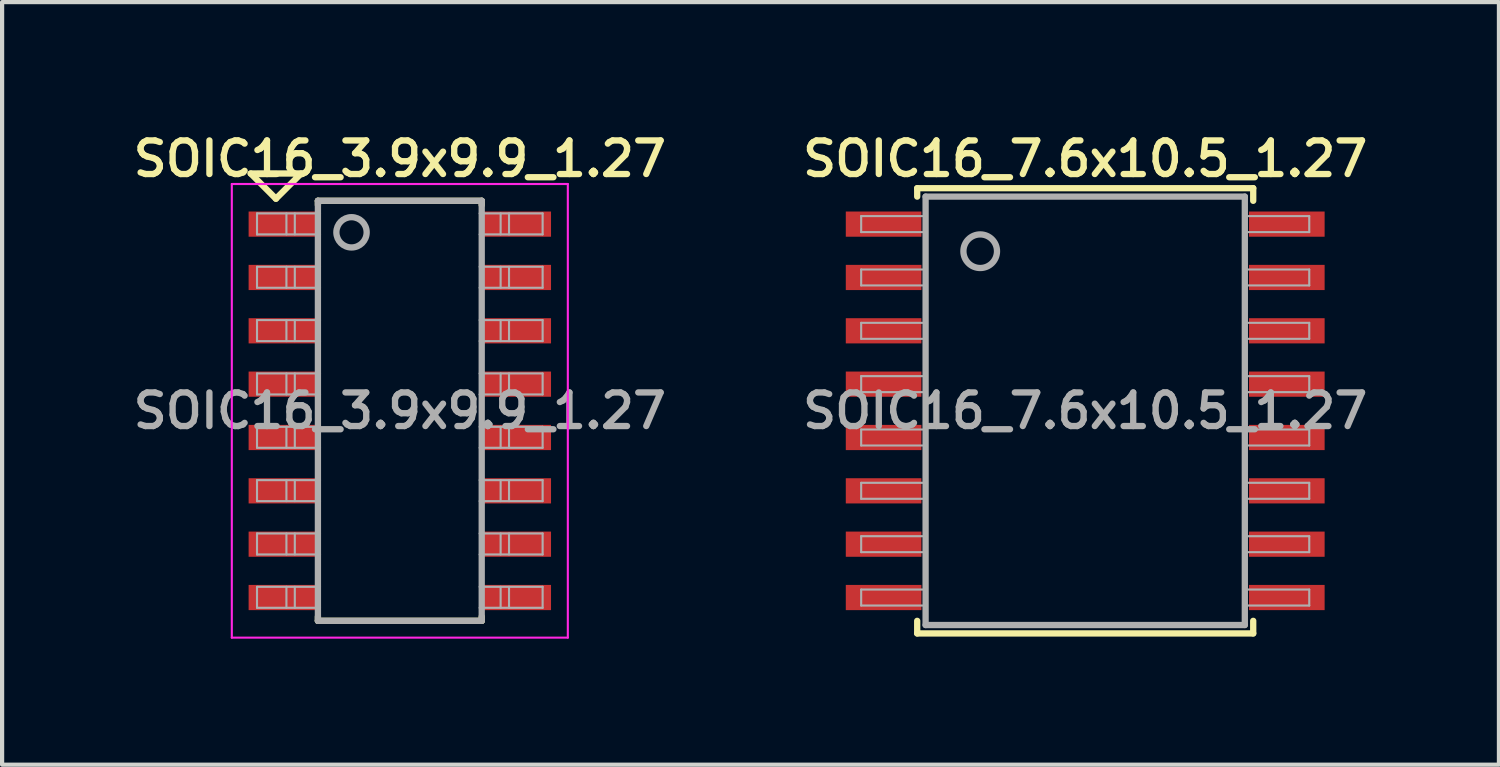
<source format=kicad_pcb>
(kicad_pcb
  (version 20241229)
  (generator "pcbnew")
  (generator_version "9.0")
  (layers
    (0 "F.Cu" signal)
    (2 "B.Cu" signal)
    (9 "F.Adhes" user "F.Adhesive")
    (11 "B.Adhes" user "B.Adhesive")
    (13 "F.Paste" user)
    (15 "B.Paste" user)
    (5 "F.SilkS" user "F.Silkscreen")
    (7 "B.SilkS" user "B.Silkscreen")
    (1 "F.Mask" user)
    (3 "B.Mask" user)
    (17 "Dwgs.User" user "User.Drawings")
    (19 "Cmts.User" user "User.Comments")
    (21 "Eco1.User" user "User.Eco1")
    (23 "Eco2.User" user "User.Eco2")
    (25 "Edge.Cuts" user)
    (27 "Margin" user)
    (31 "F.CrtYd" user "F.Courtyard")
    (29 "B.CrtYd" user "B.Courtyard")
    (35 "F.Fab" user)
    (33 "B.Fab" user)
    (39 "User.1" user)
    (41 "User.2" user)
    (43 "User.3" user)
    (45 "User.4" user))
  (footprint "SOIC16_3.9x9.9_1.27"
    (layer "F.Cu")
    (at 6.469 6.731)
    (property "Reference" "SOIC16_3.9x9.9_1.27" (at 0 -6 0) (layer "F.SilkS") (effects (font (size 0.8 0.8) (thickness 0.15))))
    (attr smd)
    (fp_line (start -3.55 -5.65) (end -2.35 -5.65) (stroke (width 0.15) (type solid)) (layer "F.SilkS"))
    (fp_line (start -2.95 -5.05) (end -3.55 -5.65) (stroke (width 0.15) (type solid)) (layer "F.SilkS"))
    (fp_line (start -2.95 -5.05) (end -2.35 -5.65) (stroke (width 0.15) (type solid)) (layer "F.SilkS"))
    (fp_line (start -1.95 -5) (end -1.95 -4.9) (stroke (width 0.15) (type solid)) (layer "F.SilkS"))
    (fp_line (start -1.95 -5) (end 1.95 -5) (stroke (width 0.15) (type solid)) (layer "F.SilkS"))
    (fp_line (start -1.95 4.9) (end -1.95 5) (stroke (width 0.15) (type solid)) (layer "F.SilkS"))
    (fp_line (start -1.95 5) (end 1.95 5) (stroke (width 0.15) (type solid)) (layer "F.SilkS"))
    (fp_line (start 1.95 -5) (end 1.95 -4.9) (stroke (width 0.15) (type solid)) (layer "F.SilkS"))
    (fp_line (start 1.95 5) (end 1.95 4.9) (stroke (width 0.15) (type solid)) (layer "F.SilkS"))
    (fp_line (start -4 -5.4) (end 4 -5.4) (stroke (width 0.05) (type solid)) (layer "F.CrtYd"))
    (fp_line (start -4 5.4) (end -4 -5.4) (stroke (width 0.05) (type solid)) (layer "F.CrtYd"))
    (fp_line (start 4 -5.4) (end 4 5.4) (stroke (width 0.05) (type solid)) (layer "F.CrtYd"))
    (fp_line (start 4 5.4) (end -4 5.4) (stroke (width 0.05) (type solid)) (layer "F.CrtYd"))
    (fp_line (start -3.4 -4.7) (end -3.4 -4.2) (stroke (width 0.05) (type solid)) (layer "F.Fab"))
    (fp_line (start -3.4 -4.2) (end -1.9 -4.2) (stroke (width 0.05) (type solid)) (layer "F.Fab"))
    (fp_line (start -3.4 -3.43) (end -3.4 -2.93) (stroke (width 0.05) (type solid)) (layer "F.Fab"))
    (fp_line (start -3.4 -2.93) (end -1.9 -2.93) (stroke (width 0.05) (type solid)) (layer "F.Fab"))
    (fp_line (start -3.4 -2.16) (end -3.4 -1.66) (stroke (width 0.05) (type solid)) (layer "F.Fab"))
    (fp_line (start -3.4 -1.66) (end -1.9 -1.66) (stroke (width 0.05) (type solid)) (layer "F.Fab"))
    (fp_line (start -3.4 -0.89) (end -3.4 -0.39) (stroke (width 0.05) (type solid)) (layer "F.Fab"))
    (fp_line (start -3.4 -0.39) (end -1.9 -0.39) (stroke (width 0.05) (type solid)) (layer "F.Fab"))
    (fp_line (start -3.4 0.38) (end -3.4 0.88) (stroke (width 0.05) (type solid)) (layer "F.Fab"))
    (fp_line (start -3.4 0.88) (end -1.9 0.88) (stroke (width 0.05) (type solid)) (layer "F.Fab"))
    (fp_line (start -3.4 1.65) (end -3.4 2.15) (stroke (width 0.05) (type solid)) (layer "F.Fab"))
    (fp_line (start -3.4 2.15) (end -1.9 2.15) (stroke (width 0.05) (type solid)) (layer "F.Fab"))
    (fp_line (start -3.4 2.92) (end -3.4 3.42) (stroke (width 0.05) (type solid)) (layer "F.Fab"))
    (fp_line (start -3.4 3.42) (end -1.9 3.42) (stroke (width 0.05) (type solid)) (layer "F.Fab"))
    (fp_line (start -3.4 4.19) (end -3.4 4.69) (stroke (width 0.05) (type solid)) (layer "F.Fab"))
    (fp_line (start -3.4 4.69) (end -1.9 4.69) (stroke (width 0.05) (type solid)) (layer "F.Fab"))
    (fp_line (start -2.7 -4.7) (end -2.7 -4.2) (stroke (width 0.05) (type solid)) (layer "F.Fab"))
    (fp_line (start -2.7 -3.43) (end -2.7 -2.93) (stroke (width 0.05) (type solid)) (layer "F.Fab"))
    (fp_line (start -2.7 -2.16) (end -2.7 -1.66) (stroke (width 0.05) (type solid)) (layer "F.Fab"))
    (fp_line (start -2.7 -0.89) (end -2.7 -0.39) (stroke (width 0.05) (type solid)) (layer "F.Fab"))
    (fp_line (start -2.7 0.38) (end -2.7 0.88) (stroke (width 0.05) (type solid)) (layer "F.Fab"))
    (fp_line (start -2.7 1.65) (end -2.7 2.15) (stroke (width 0.05) (type solid)) (layer "F.Fab"))
    (fp_line (start -2.7 2.92) (end -2.7 3.42) (stroke (width 0.05) (type solid)) (layer "F.Fab"))
    (fp_line (start -2.7 4.19) (end -2.7 4.69) (stroke (width 0.05) (type solid)) (layer "F.Fab"))
    (fp_line (start -2.5 -4.7) (end -2.5 -4.2) (stroke (width 0.05) (type solid)) (layer "F.Fab"))
    (fp_line (start -2.5 -3.43) (end -2.5 -2.93) (stroke (width 0.05) (type solid)) (layer "F.Fab"))
    (fp_line (start -2.5 -2.16) (end -2.5 -1.66) (stroke (width 0.05) (type solid)) (layer "F.Fab"))
    (fp_line (start -2.5 -0.89) (end -2.5 -0.39) (stroke (width 0.05) (type solid)) (layer "F.Fab"))
    (fp_line (start -2.5 0.38) (end -2.5 0.88) (stroke (width 0.05) (type solid)) (layer "F.Fab"))
    (fp_line (start -2.5 1.65) (end -2.5 2.15) (stroke (width 0.05) (type solid)) (layer "F.Fab"))
    (fp_line (start -2.5 2.92) (end -2.5 3.42) (stroke (width 0.05) (type solid)) (layer "F.Fab"))
    (fp_line (start -2.5 4.19) (end -2.5 4.69) (stroke (width 0.05) (type solid)) (layer "F.Fab"))
    (fp_line (start -1.95 -5) (end 1.95 -5) (stroke (width 0.15) (type solid)) (layer "F.Fab"))
    (fp_line (start -1.95 5) (end -1.95 -5) (stroke (width 0.15) (type solid)) (layer "F.Fab"))
    (fp_line (start -1.9 -4.7) (end -3.4 -4.7) (stroke (width 0.05) (type solid)) (layer "F.Fab"))
    (fp_line (start -1.9 -3.43) (end -3.4 -3.43) (stroke (width 0.05) (type solid)) (layer "F.Fab"))
    (fp_line (start -1.9 -2.16) (end -3.4 -2.16) (stroke (width 0.05) (type solid)) (layer "F.Fab"))
    (fp_line (start -1.9 -0.89) (end -3.4 -0.89) (stroke (width 0.05) (type solid)) (layer "F.Fab"))
    (fp_line (start -1.9 0.38) (end -3.4 0.38) (stroke (width 0.05) (type solid)) (layer "F.Fab"))
    (fp_line (start -1.9 1.65) (end -3.4 1.65) (stroke (width 0.05) (type solid)) (layer "F.Fab"))
    (fp_line (start -1.9 2.92) (end -3.4 2.92) (stroke (width 0.05) (type solid)) (layer "F.Fab"))
    (fp_line (start -1.9 4.19) (end -3.4 4.19) (stroke (width 0.05) (type solid)) (layer "F.Fab"))
    (fp_line (start 1.9 -4.2) (end 3.4 -4.2) (stroke (width 0.05) (type solid)) (layer "F.Fab"))
    (fp_line (start 1.9 -2.93) (end 3.4 -2.93) (stroke (width 0.05) (type solid)) (layer "F.Fab"))
    (fp_line (start 1.9 -1.66) (end 3.4 -1.66) (stroke (width 0.05) (type solid)) (layer "F.Fab"))
    (fp_line (start 1.9 -0.39) (end 3.4 -0.39) (stroke (width 0.05) (type solid)) (layer "F.Fab"))
    (fp_line (start 1.9 0.88) (end 3.4 0.88) (stroke (width 0.05) (type solid)) (layer "F.Fab"))
    (fp_line (start 1.9 2.15) (end 3.4 2.15) (stroke (width 0.05) (type solid)) (layer "F.Fab"))
    (fp_line (start 1.9 3.42) (end 3.4 3.42) (stroke (width 0.05) (type solid)) (layer "F.Fab"))
    (fp_line (start 1.9 4.69) (end 3.4 4.69) (stroke (width 0.05) (type solid)) (layer "F.Fab"))
    (fp_line (start 1.95 -5) (end 1.95 5) (stroke (width 0.15) (type solid)) (layer "F.Fab"))
    (fp_line (start 1.95 5) (end -1.95 5) (stroke (width 0.15) (type solid)) (layer "F.Fab"))
    (fp_line (start 2.4 -4.7) (end 2.4 -4.2) (stroke (width 0.05) (type solid)) (layer "F.Fab"))
    (fp_line (start 2.4 -3.43) (end 2.4 -2.93) (stroke (width 0.05) (type solid)) (layer "F.Fab"))
    (fp_line (start 2.4 -2.16) (end 2.4 -1.66) (stroke (width 0.05) (type solid)) (layer "F.Fab"))
    (fp_line (start 2.4 -0.89) (end 2.4 -0.39) (stroke (width 0.05) (type solid)) (layer "F.Fab"))
    (fp_line (start 2.4 0.38) (end 2.4 0.88) (stroke (width 0.05) (type solid)) (layer "F.Fab"))
    (fp_line (start 2.4 1.65) (end 2.4 2.15) (stroke (width 0.05) (type solid)) (layer "F.Fab"))
    (fp_line (start 2.4 2.92) (end 2.4 3.42) (stroke (width 0.05) (type solid)) (layer "F.Fab"))
    (fp_line (start 2.4 4.19) (end 2.4 4.69) (stroke (width 0.05) (type solid)) (layer "F.Fab"))
    (fp_line (start 2.6 -4.7) (end 2.6 -4.2) (stroke (width 0.05) (type solid)) (layer "F.Fab"))
    (fp_line (start 2.6 -3.43) (end 2.6 -2.93) (stroke (width 0.05) (type solid)) (layer "F.Fab"))
    (fp_line (start 2.6 -2.16) (end 2.6 -1.66) (stroke (width 0.05) (type solid)) (layer "F.Fab"))
    (fp_line (start 2.6 -0.89) (end 2.6 -0.39) (stroke (width 0.05) (type solid)) (layer "F.Fab"))
    (fp_line (start 2.6 0.38) (end 2.6 0.88) (stroke (width 0.05) (type solid)) (layer "F.Fab"))
    (fp_line (start 2.6 1.65) (end 2.6 2.15) (stroke (width 0.05) (type solid)) (layer "F.Fab"))
    (fp_line (start 2.6 2.92) (end 2.6 3.42) (stroke (width 0.05) (type solid)) (layer "F.Fab"))
    (fp_line (start 2.6 4.19) (end 2.6 4.69) (stroke (width 0.05) (type solid)) (layer "F.Fab"))
    (fp_line (start 3.4 -4.7) (end 1.9 -4.7) (stroke (width 0.05) (type solid)) (layer "F.Fab"))
    (fp_line (start 3.4 -4.7) (end 3.4 -4.2) (stroke (width 0.05) (type solid)) (layer "F.Fab"))
    (fp_line (start 3.4 -3.43) (end 1.9 -3.43) (stroke (width 0.05) (type solid)) (layer "F.Fab"))
    (fp_line (start 3.4 -3.43) (end 3.4 -2.93) (stroke (width 0.05) (type solid)) (layer "F.Fab"))
    (fp_line (start 3.4 -2.16) (end 1.9 -2.16) (stroke (width 0.05) (type solid)) (layer "F.Fab"))
    (fp_line (start 3.4 -2.16) (end 3.4 -1.66) (stroke (width 0.05) (type solid)) (layer "F.Fab"))
    (fp_line (start 3.4 -0.89) (end 1.9 -0.89) (stroke (width 0.05) (type solid)) (layer "F.Fab"))
    (fp_line (start 3.4 -0.89) (end 3.4 -0.39) (stroke (width 0.05) (type solid)) (layer "F.Fab"))
    (fp_line (start 3.4 0.38) (end 1.9 0.38) (stroke (width 0.05) (type solid)) (layer "F.Fab"))
    (fp_line (start 3.4 0.38) (end 3.4 0.88) (stroke (width 0.05) (type solid)) (layer "F.Fab"))
    (fp_line (start 3.4 1.65) (end 1.9 1.65) (stroke (width 0.05) (type solid)) (layer "F.Fab"))
    (fp_line (start 3.4 1.65) (end 3.4 2.15) (stroke (width 0.05) (type solid)) (layer "F.Fab"))
    (fp_line (start 3.4 2.92) (end 1.9 2.92) (stroke (width 0.05) (type solid)) (layer "F.Fab"))
    (fp_line (start 3.4 2.92) (end 3.4 3.42) (stroke (width 0.05) (type solid)) (layer "F.Fab"))
    (fp_line (start 3.4 4.19) (end 1.9 4.19) (stroke (width 0.05) (type solid)) (layer "F.Fab"))
    (fp_line (start 3.4 4.19) (end 3.4 4.69) (stroke (width 0.05) (type solid)) (layer "F.Fab"))
    (fp_circle (center -1.15 -4.25) (end -0.85 -4.05) (stroke (width 0.15) (type solid)) (fill no) (layer "F.Fab"))
    (fp_text user "${REFERENCE}" (at 0 0 0) (layer "F.Fab") (effects (font (size 0.8 0.8) (thickness 0.15))))
    (pad "1" smd rect (at -2.8 -4.445) (size 1.6 0.6) (layers "F.Cu" "F.Mask" "F.Paste"))
    (pad "2" smd rect (at -2.8 -3.175) (size 1.6 0.6) (layers "F.Cu" "F.Mask" "F.Paste"))
    (pad "3" smd rect (at -2.8 -1.905) (size 1.6 0.6) (layers "F.Cu" "F.Mask" "F.Paste"))
    (pad "4" smd rect (at -2.8 -0.635) (size 1.6 0.6) (layers "F.Cu" "F.Mask" "F.Paste"))
    (pad "5" smd rect (at -2.8 0.635) (size 1.6 0.6) (layers "F.Cu" "F.Mask" "F.Paste"))
    (pad "6" smd rect (at -2.8 1.905) (size 1.6 0.6) (layers "F.Cu" "F.Mask" "F.Paste"))
    (pad "7" smd rect (at -2.8 3.175) (size 1.6 0.6) (layers "F.Cu" "F.Mask" "F.Paste"))
    (pad "8" smd rect (at -2.8 4.445) (size 1.6 0.6) (layers "F.Cu" "F.Mask" "F.Paste"))
    (pad "9" smd rect (at 2.8 4.445) (size 1.6 0.6) (layers "F.Cu" "F.Mask" "F.Paste"))
    (pad "10" smd rect (at 2.8 3.175) (size 1.6 0.6) (layers "F.Cu" "F.Mask" "F.Paste"))
    (pad "11" smd rect (at 2.8 1.905) (size 1.6 0.6) (layers "F.Cu" "F.Mask" "F.Paste"))
    (pad "12" smd rect (at 2.8 0.635) (size 1.6 0.6) (layers "F.Cu" "F.Mask" "F.Paste"))
    (pad "13" smd rect (at 2.8 -0.635) (size 1.6 0.6) (layers "F.Cu" "F.Mask" "F.Paste"))
    (pad "14" smd rect (at 2.8 -1.905) (size 1.6 0.6) (layers "F.Cu" "F.Mask" "F.Paste"))
    (pad "15" smd rect (at 2.8 -3.175) (size 1.6 0.6) (layers "F.Cu" "F.Mask" "F.Paste"))
    (pad "16" smd rect (at 2.8 -4.445) (size 1.6 0.6) (layers "F.Cu" "F.Mask" "F.Paste")))
  (footprint "SOIC16_7.6x10.5_1.27"
    (layer "F.Cu")
    (at 22.787 6.731)
    (property "Reference" "SOIC16_7.6x10.5_1.27" (at 0 -6 0) (layer "F.SilkS") (effects (font (size 0.8 0.8) (thickness 0.15))))
    (attr through_hole)
    (fp_line (start -4 -5.3) (end -4 -5.1) (stroke (width 0.15) (type solid)) (layer "F.SilkS"))
    (fp_line (start -4 -5.3) (end 4 -5.3) (stroke (width 0.15) (type solid)) (layer "F.SilkS"))
    (fp_line (start -4 5.3) (end -4 5) (stroke (width 0.15) (type solid)) (layer "F.SilkS"))
    (fp_line (start 4 -5.3) (end 4 -5) (stroke (width 0.15) (type solid)) (layer "F.SilkS"))
    (fp_line (start 4 5.3) (end -4 5.3) (stroke (width 0.15) (type solid)) (layer "F.SilkS"))
    (fp_line (start 4 5.3) (end 4 5) (stroke (width 0.15) (type solid)) (layer "F.SilkS"))
    (fp_line (start -5.334 -4.636) (end -3.81 -4.636) (stroke (width 0.05) (type solid)) (layer "F.Fab"))
    (fp_line (start -5.334 -4.255) (end -5.334 -4.636) (stroke (width 0.05) (type solid)) (layer "F.Fab"))
    (fp_line (start -5.334 -3.365) (end -3.81 -3.365) (stroke (width 0.05) (type solid)) (layer "F.Fab"))
    (fp_line (start -5.334 -2.985) (end -5.334 -3.365) (stroke (width 0.05) (type solid)) (layer "F.Fab"))
    (fp_line (start -5.334 -2.095) (end -3.81 -2.095) (stroke (width 0.05) (type solid)) (layer "F.Fab"))
    (fp_line (start -5.334 -1.714) (end -5.334 -2.095) (stroke (width 0.05) (type solid)) (layer "F.Fab"))
    (fp_line (start -5.334 -0.826) (end -3.81 -0.826) (stroke (width 0.05) (type solid)) (layer "F.Fab"))
    (fp_line (start -5.334 -0.445) (end -5.334 -0.826) (stroke (width 0.05) (type solid)) (layer "F.Fab"))
    (fp_line (start -5.334 0.445) (end -5.334 0.826) (stroke (width 0.05) (type solid)) (layer "F.Fab"))
    (fp_line (start -5.334 0.826) (end -3.81 0.826) (stroke (width 0.05) (type solid)) (layer "F.Fab"))
    (fp_line (start -5.334 1.714) (end -3.81 1.714) (stroke (width 0.05) (type solid)) (layer "F.Fab"))
    (fp_line (start -5.334 2.095) (end -5.334 1.714) (stroke (width 0.05) (type solid)) (layer "F.Fab"))
    (fp_line (start -5.334 2.095) (end -3.81 2.095) (stroke (width 0.05) (type solid)) (layer "F.Fab"))
    (fp_line (start -5.334 2.985) (end -3.81 2.985) (stroke (width 0.05) (type solid)) (layer "F.Fab"))
    (fp_line (start -5.334 3.365) (end -5.334 2.985) (stroke (width 0.05) (type solid)) (layer "F.Fab"))
    (fp_line (start -5.334 4.255) (end -5.334 4.636) (stroke (width 0.05) (type solid)) (layer "F.Fab"))
    (fp_line (start -5.334 4.636) (end -3.81 4.636) (stroke (width 0.05) (type solid)) (layer "F.Fab"))
    (fp_line (start -3.81 -4.255) (end -5.334 -4.255) (stroke (width 0.05) (type solid)) (layer "F.Fab"))
    (fp_line (start -3.81 -2.985) (end -5.334 -2.985) (stroke (width 0.05) (type solid)) (layer "F.Fab"))
    (fp_line (start -3.81 -1.714) (end -5.334 -1.714) (stroke (width 0.05) (type solid)) (layer "F.Fab"))
    (fp_line (start -3.81 -0.445) (end -5.334 -0.445) (stroke (width 0.05) (type solid)) (layer "F.Fab"))
    (fp_line (start -3.81 0.445) (end -5.334 0.445) (stroke (width 0.05) (type solid)) (layer "F.Fab"))
    (fp_line (start -3.81 3.365) (end -5.334 3.365) (stroke (width 0.05) (type solid)) (layer "F.Fab"))
    (fp_line (start -3.81 4.255) (end -5.334 4.255) (stroke (width 0.05) (type solid)) (layer "F.Fab"))
    (fp_line (start -3.8 -5.1) (end -3.8 5.1) (stroke (width 0.15) (type solid)) (layer "F.Fab"))
    (fp_line (start -3.8 -5.1) (end 3.8 -5.1) (stroke (width 0.15) (type solid)) (layer "F.Fab"))
    (fp_line (start -3.8 5.1) (end 3.8 5.1) (stroke (width 0.15) (type solid)) (layer "F.Fab"))
    (fp_line (start 3.8 -5.1) (end 3.8 5.1) (stroke (width 0.15) (type solid)) (layer "F.Fab"))
    (fp_line (start 3.81 -4.636) (end 5.334 -4.636) (stroke (width 0.05) (type solid)) (layer "F.Fab"))
    (fp_line (start 3.81 -3.365) (end 5.334 -3.365) (stroke (width 0.05) (type solid)) (layer "F.Fab"))
    (fp_line (start 3.81 -2.095) (end 5.334 -2.095) (stroke (width 0.05) (type solid)) (layer "F.Fab"))
    (fp_line (start 3.81 -0.826) (end 5.334 -0.826) (stroke (width 0.05) (type solid)) (layer "F.Fab"))
    (fp_line (start 3.81 0.445) (end 5.334 0.445) (stroke (width 0.05) (type solid)) (layer "F.Fab"))
    (fp_line (start 3.81 1.714) (end 5.334 1.714) (stroke (width 0.05) (type solid)) (layer "F.Fab"))
    (fp_line (start 3.81 2.985) (end 5.334 2.985) (stroke (width 0.05) (type solid)) (layer "F.Fab"))
    (fp_line (start 3.81 4.255) (end 5.334 4.255) (stroke (width 0.05) (type solid)) (layer "F.Fab"))
    (fp_line (start 5.334 -4.636) (end 5.334 -4.255) (stroke (width 0.05) (type solid)) (layer "F.Fab"))
    (fp_line (start 5.334 -4.255) (end 3.81 -4.255) (stroke (width 0.05) (type solid)) (layer "F.Fab"))
    (fp_line (start 5.334 -3.365) (end 5.334 -2.985) (stroke (width 0.05) (type solid)) (layer "F.Fab"))
    (fp_line (start 5.334 -2.985) (end 3.81 -2.985) (stroke (width 0.05) (type solid)) (layer "F.Fab"))
    (fp_line (start 5.334 -2.095) (end 5.334 -1.714) (stroke (width 0.05) (type solid)) (layer "F.Fab"))
    (fp_line (start 5.334 -1.714) (end 3.81 -1.714) (stroke (width 0.05) (type solid)) (layer "F.Fab"))
    (fp_line (start 5.334 -0.826) (end 5.334 -0.445) (stroke (width 0.05) (type solid)) (layer "F.Fab"))
    (fp_line (start 5.334 -0.445) (end 3.81 -0.445) (stroke (width 0.05) (type solid)) (layer "F.Fab"))
    (fp_line (start 5.334 0.445) (end 5.334 0.826) (stroke (width 0.05) (type solid)) (layer "F.Fab"))
    (fp_line (start 5.334 0.826) (end 3.81 0.826) (stroke (width 0.05) (type solid)) (layer "F.Fab"))
    (fp_line (start 5.334 1.714) (end 5.334 2.095) (stroke (width 0.05) (type solid)) (layer "F.Fab"))
    (fp_line (start 5.334 2.095) (end 3.81 2.095) (stroke (width 0.05) (type solid)) (layer "F.Fab"))
    (fp_line (start 5.334 2.985) (end 5.334 3.365) (stroke (width 0.05) (type solid)) (layer "F.Fab"))
    (fp_line (start 5.334 3.365) (end 3.81 3.365) (stroke (width 0.05) (type solid)) (layer "F.Fab"))
    (fp_line (start 5.334 4.255) (end 5.334 4.636) (stroke (width 0.05) (type solid)) (layer "F.Fab"))
    (fp_line (start 5.334 4.636) (end 3.81 4.636) (stroke (width 0.05) (type solid)) (layer "F.Fab"))
    (fp_circle (center -2.5 -3.8) (end -2.1 -3.8) (stroke (width 0.15) (type solid)) (fill no) (layer "F.Fab"))
    (fp_text user "${REFERENCE}" (at 0 0 0) (layer "F.Fab") (effects (font (size 0.8 0.8) (thickness 0.15))))
    (pad "1" smd rect (at -4.8 -4.445) (size 1.8 0.6) (layers "F.Cu" "F.Mask" "F.Paste"))
    (pad "2" smd rect (at -4.8 -3.175) (size 1.8 0.6) (layers "F.Cu" "F.Mask" "F.Paste"))
    (pad "3" smd rect (at -4.8 -1.905) (size 1.8 0.6) (layers "F.Cu" "F.Mask" "F.Paste"))
    (pad "4" smd rect (at -4.8 -0.635) (size 1.8 0.6) (layers "F.Cu" "F.Mask" "F.Paste"))
    (pad "5" smd rect (at -4.8 0.635) (size 1.8 0.6) (layers "F.Cu" "F.Mask" "F.Paste"))
    (pad "6" smd rect (at -4.8 1.905) (size 1.8 0.6) (layers "F.Cu" "F.Mask" "F.Paste"))
    (pad "7" smd rect (at -4.8 3.175) (size 1.8 0.6) (layers "F.Cu" "F.Mask" "F.Paste"))
    (pad "8" smd rect (at -4.8 4.445) (size 1.8 0.6) (layers "F.Cu" "F.Mask" "F.Paste"))
    (pad "9" smd rect (at 4.8 4.445) (size 1.8 0.6) (layers "F.Cu" "F.Mask" "F.Paste"))
    (pad "10" smd rect (at 4.8 3.175) (size 1.8 0.6) (layers "F.Cu" "F.Mask" "F.Paste"))
    (pad "11" smd rect (at 4.8 1.905) (size 1.8 0.6) (layers "F.Cu" "F.Mask" "F.Paste"))
    (pad "12" smd rect (at 4.8 0.635) (size 1.8 0.6) (layers "F.Cu" "F.Mask" "F.Paste"))
    (pad "13" smd rect (at 4.8 -0.635) (size 1.8 0.6) (layers "F.Cu" "F.Mask" "F.Paste"))
    (pad "14" smd rect (at 4.8 -1.905) (size 1.8 0.6) (layers "F.Cu" "F.Mask" "F.Paste"))
    (pad "15" smd rect (at 4.8 -3.175) (size 1.8 0.6) (layers "F.Cu" "F.Mask" "F.Paste"))
    (pad "16" smd rect (at 4.8 -4.445) (size 1.8 0.6) (layers "F.Cu" "F.Mask" "F.Paste")))
  (gr_rect
    (start -3 -3)
    (end 32.637 15.156)
    (stroke (width 0.1) (type default))
    (fill no)
    (layer "Edge.Cuts")))
</source>
